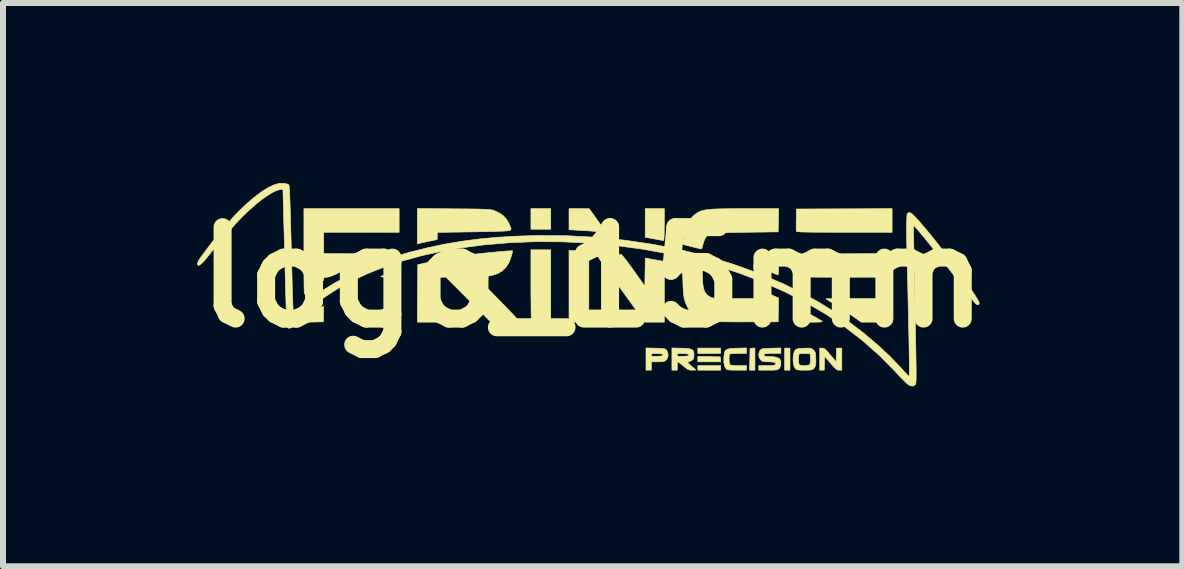
<source format=kicad_pcb>
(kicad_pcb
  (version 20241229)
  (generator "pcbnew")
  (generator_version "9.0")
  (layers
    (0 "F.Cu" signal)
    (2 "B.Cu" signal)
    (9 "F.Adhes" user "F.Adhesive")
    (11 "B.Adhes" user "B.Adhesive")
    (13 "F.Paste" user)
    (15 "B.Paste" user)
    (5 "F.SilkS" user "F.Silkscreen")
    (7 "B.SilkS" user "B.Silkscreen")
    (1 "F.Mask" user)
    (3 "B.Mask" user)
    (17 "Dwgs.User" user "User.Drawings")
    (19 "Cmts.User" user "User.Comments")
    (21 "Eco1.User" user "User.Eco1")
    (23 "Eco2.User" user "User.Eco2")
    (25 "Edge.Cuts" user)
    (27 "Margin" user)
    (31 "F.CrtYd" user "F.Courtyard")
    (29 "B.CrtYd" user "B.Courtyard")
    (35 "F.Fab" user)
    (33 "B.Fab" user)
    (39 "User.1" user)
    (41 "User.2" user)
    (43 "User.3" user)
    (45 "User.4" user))
  (footprint "logo_15mm"
    (layer "F.Cu")
    (at 6.829 1.571)
    (property "Reference" "logo_15mm" (at 0 0 0) (layer "F.SilkS") (effects (font (size 1.524 1.524) (thickness 0.3))))
    (attr through_hole)
    (fp_poly (pts (xy -0.699 -0.8) (xy -1.029 -0.8) (xy -1.029 -1.143) (xy -0.699 -1.143) (xy -0.699 -0.8)) (stroke (width 0.01) (type solid)) (fill yes) (layer "F.SilkS"))
    (fp_poly (pts (xy 2.134 1.27) (xy 1.753 1.27) (xy 1.753 1.181) (xy 2.134 1.181) (xy 2.134 1.27)) (stroke (width 0.01) (type solid)) (fill yes) (layer "F.SilkS"))
    (fp_poly (pts (xy 2.134 1.549) (xy 1.753 1.549) (xy 1.753 1.473) (xy 2.134 1.473) (xy 2.134 1.549)) (stroke (width 0.01) (type solid)) (fill yes) (layer "F.SilkS"))
    (fp_poly (pts (xy 2.705 1.549) (xy 2.616 1.549) (xy 2.623 1.187) (xy 2.705 1.179) (xy 2.705 1.549)) (stroke (width 0.01) (type solid)) (fill yes) (layer "F.SilkS"))
    (fp_poly (pts (xy 3.289 1.549) (xy 3.2 1.549) (xy 3.2 1.181) (xy 3.289 1.181) (xy 3.289 1.549)) (stroke (width 0.01) (type solid)) (fill yes) (layer "F.SilkS"))
    (fp_poly (pts (xy 2.127 1.327) (xy 2.131 1.368) (xy 2.135 1.41) (xy 1.753 1.41) (xy 1.753 1.32) (xy 2.127 1.327)) (stroke (width 0.01) (type solid)) (fill yes) (layer "F.SilkS"))
    (fp_poly (pts (xy -0.278 -0.443) (xy -0.217 -0.44) (xy -0.161 -0.436) (xy -0.064 -0.428) (xy -0.064 0.749) (xy -0.394 0.749) (xy -0.394 -0.445) (xy -0.326 -0.445) (xy -0.278 -0.443)) (stroke (width 0.01) (type solid)) (fill yes) (layer "F.SilkS"))
    (fp_poly (pts (xy 3.099 -0.152) (xy 3.098 -0.102) (xy 3.095 -0.063) (xy 3.091 -0.042) (xy 3.089 -0.039) (xy 3.075 -0.044) (xy 3.041 -0.057) (xy 2.994 -0.076) (xy 2.937 -0.099) (xy 2.924 -0.104) (xy 2.769 -0.169) (xy 2.769 -0.267) (xy 3.099 -0.267) (xy 3.099 -0.152)) (stroke (width 0.01) (type solid)) (fill yes) (layer "F.SilkS"))
    (fp_poly (pts (xy 1.194 -0.876) (xy 1.193 -0.783) (xy 1.192 -0.713) (xy 1.19 -0.663) (xy 1.187 -0.631) (xy 1.183 -0.615) (xy 1.178 -0.611) (xy 1.16 -0.614) (xy 1.122 -0.621) (xy 1.071 -0.63) (xy 1.019 -0.64) (xy 0.876 -0.666) (xy 0.876 -1.143) (xy 1.194 -1.143) (xy 1.194 -0.876)) (stroke (width 0.01) (type solid)) (fill yes) (layer "F.SilkS"))
    (fp_poly (pts (xy -3.23 -0.103) (xy -3.226 -0.074) (xy -3.226 -0.057) (xy -3.226 0) (xy -3.388 -0.000387) (xy -3.453 -0.001) (xy -3.501 -0.004) (xy -3.527 -0.007) (xy -3.531 -0.012) (xy -3.511 -0.021) (xy -3.474 -0.035) (xy -3.427 -0.052) (xy -3.374 -0.071) (xy -3.323 -0.088) (xy -3.279 -0.103) (xy -3.248 -0.112) (xy -3.237 -0.114) (xy -3.23 -0.103)) (stroke (width 0.01) (type solid)) (fill yes) (layer "F.SilkS"))
    (fp_poly (pts (xy -0.699 0.749) (xy -0.855 0.749) (xy -0.916 0.749) (xy -0.967 0.747) (xy -1.003 0.744) (xy -1.02 0.741) (xy -1.02 0.741) (xy -1.022 0.727) (xy -1.024 0.69) (xy -1.025 0.633) (xy -1.026 0.558) (xy -1.027 0.467) (xy -1.028 0.364) (xy -1.029 0.251) (xy -1.029 0.138) (xy -1.029 -0.457) (xy -0.699 -0.457) (xy -0.699 0.749)) (stroke (width 0.01) (type solid)) (fill yes) (layer "F.SilkS"))
    (fp_poly (pts (xy -4.487 0.494) (xy -4.485 0.526) (xy -4.485 0.573) (xy -4.486 0.613) (xy -4.489 0.743) (xy -4.645 0.747) (xy -4.713 0.747) (xy -4.764 0.745) (xy -4.793 0.742) (xy -4.801 0.738) (xy -4.791 0.725) (xy -4.766 0.7) (xy -4.728 0.666) (xy -4.684 0.628) (xy -4.635 0.588) (xy -4.588 0.55) (xy -4.545 0.518) (xy -4.512 0.494) (xy -4.492 0.483) (xy -4.49 0.483) (xy -4.487 0.494)) (stroke (width 0.01) (type solid)) (fill yes) (layer "F.SilkS"))
    (fp_poly (pts (xy -0.057 -1.142) (xy 0.07 -0.963) (xy 0.121 -0.892) (xy 0.159 -0.838) (xy 0.185 -0.8) (xy 0.201 -0.774) (xy 0.208 -0.759) (xy 0.206 -0.752) (xy 0.199 -0.749) (xy 0.186 -0.749) (xy 0.181 -0.749) (xy 0.152 -0.751) (xy 0.138 -0.755) (xy 0.125 -0.757) (xy 0.089 -0.761) (xy 0.036 -0.765) (xy -0.03 -0.77) (xy -0.107 -0.775) (xy -0.13 -0.776) (xy -0.394 -0.792) (xy -0.394 -1.143) (xy -0.057 -1.142)) (stroke (width 0.01) (type solid)) (fill yes) (layer "F.SilkS"))
    (fp_poly (pts (xy 4.991 -0.749) (xy 4.197 -0.749) (xy 4.03 -0.749) (xy 3.887 -0.75) (xy 3.765 -0.75) (xy 3.665 -0.751) (xy 3.583 -0.752) (xy 3.518 -0.754) (xy 3.469 -0.755) (xy 3.434 -0.758) (xy 3.411 -0.76) (xy 3.399 -0.763) (xy 3.396 -0.766) (xy 3.394 -0.784) (xy 3.393 -0.822) (xy 3.393 -0.876) (xy 3.393 -0.94) (xy 3.394 -0.959) (xy 3.397 -1.137) (xy 4.194 -1.14) (xy 4.991 -1.143) (xy 4.991 -0.749)) (stroke (width 0.01) (type solid)) (fill yes) (layer "F.SilkS"))
    (fp_poly (pts (xy 4.991 0) (xy 4.197 0) (xy 4.03 -0.000091) (xy 3.887 -0.000383) (xy 3.765 -0.001) (xy 3.665 -0.002) (xy 3.583 -0.003) (xy 3.518 -0.004) (xy 3.469 -0.006) (xy 3.434 -0.008) (xy 3.411 -0.011) (xy 3.399 -0.014) (xy 3.396 -0.016) (xy 3.394 -0.035) (xy 3.393 -0.073) (xy 3.393 -0.127) (xy 3.393 -0.19) (xy 3.394 -0.21) (xy 3.397 -0.387) (xy 4.194 -0.391) (xy 4.991 -0.394) (xy 4.991 0)) (stroke (width 0.01) (type solid)) (fill yes) (layer "F.SilkS"))
    (fp_poly (pts (xy 4.991 0.749) (xy 4.477 0.749) (xy 4.35 0.659) (xy 4.289 0.618) (xy 4.216 0.569) (xy 4.139 0.518) (xy 4.066 0.472) (xy 4.058 0.467) (xy 4 0.431) (xy 3.951 0.4) (xy 3.913 0.377) (xy 3.891 0.363) (xy 3.887 0.36) (xy 3.898 0.359) (xy 3.932 0.358) (xy 3.987 0.358) (xy 4.059 0.357) (xy 4.146 0.356) (xy 4.246 0.356) (xy 4.356 0.356) (xy 4.437 0.356) (xy 4.991 0.356) (xy 4.991 0.749)) (stroke (width 0.01) (type solid)) (fill yes) (layer "F.SilkS"))
    (fp_poly (pts (xy 4.153 1.549) (xy 4.109 1.549) (xy 4.089 1.548) (xy 4.07 1.54) (xy 4.048 1.524) (xy 4.02 1.495) (xy 3.981 1.451) (xy 3.966 1.434) (xy 3.867 1.319) (xy 3.863 1.434) (xy 3.86 1.549) (xy 3.785 1.549) (xy 3.785 1.181) (xy 3.826 1.182) (xy 3.846 1.184) (xy 3.865 1.193) (xy 3.888 1.212) (xy 3.918 1.245) (xy 3.96 1.294) (xy 3.962 1.296) (xy 4.058 1.41) (xy 4.061 1.296) (xy 4.065 1.181) (xy 4.153 1.181) (xy 4.153 1.549)) (stroke (width 0.01) (type solid)) (fill yes) (layer "F.SilkS"))
    (fp_poly (pts (xy 3.413 0.501) (xy 3.445 0.518) (xy 3.489 0.542) (xy 3.543 0.571) (xy 3.602 0.604) (xy 3.661 0.638) (xy 3.717 0.669) (xy 3.764 0.697) (xy 3.799 0.718) (xy 3.816 0.729) (xy 3.824 0.736) (xy 3.822 0.741) (xy 3.809 0.745) (xy 3.78 0.747) (xy 3.734 0.748) (xy 3.667 0.749) (xy 3.625 0.749) (xy 3.553 0.749) (xy 3.49 0.747) (xy 3.441 0.745) (xy 3.409 0.743) (xy 3.399 0.741) (xy 3.395 0.725) (xy 3.393 0.692) (xy 3.391 0.649) (xy 3.391 0.601) (xy 3.392 0.555) (xy 3.394 0.518) (xy 3.398 0.498) (xy 3.399 0.495) (xy 3.413 0.501)) (stroke (width 0.01) (type solid)) (fill yes) (layer "F.SilkS"))
    (fp_poly (pts (xy 2.565 1.27) (xy 2.427 1.27) (xy 2.364 1.271) (xy 2.322 1.273) (xy 2.297 1.277) (xy 2.285 1.284) (xy 2.281 1.29) (xy 2.275 1.32) (xy 2.273 1.362) (xy 2.275 1.405) (xy 2.281 1.44) (xy 2.289 1.458) (xy 2.31 1.466) (xy 2.356 1.471) (xy 2.423 1.473) (xy 2.435 1.473) (xy 2.565 1.473) (xy 2.565 1.549) (xy 2.407 1.549) (xy 2.339 1.549) (xy 2.292 1.547) (xy 2.261 1.544) (xy 2.241 1.538) (xy 2.227 1.528) (xy 2.223 1.525) (xy 2.199 1.484) (xy 2.187 1.423) (xy 2.187 1.34) (xy 2.188 1.324) (xy 2.193 1.274) (xy 2.203 1.238) (xy 2.221 1.213) (xy 2.251 1.198) (xy 2.296 1.189) (xy 2.361 1.185) (xy 2.407 1.183) (xy 2.565 1.179) (xy 2.565 1.27)) (stroke (width 0.01) (type solid)) (fill yes) (layer "F.SilkS"))
    (fp_poly (pts (xy -2.315 -1.14) (xy -2.173 -1.139) (xy -2.055 -1.138) (xy -1.958 -1.137) (xy -1.879 -1.135) (xy -1.816 -1.133) (xy -1.766 -1.131) (xy -1.728 -1.129) (xy -1.699 -1.125) (xy -1.677 -1.121) (xy -1.658 -1.117) (xy -1.645 -1.112) (xy -1.553 -1.07) (xy -1.482 -1.018) (xy -1.427 -0.952) (xy -1.392 -0.889) (xy -1.369 -0.838) (xy -1.36 -0.805) (xy -1.368 -0.786) (xy -1.394 -0.776) (xy -1.442 -0.771) (xy -1.464 -0.77) (xy -1.5 -0.768) (xy -1.558 -0.766) (xy -1.634 -0.764) (xy -1.726 -0.762) (xy -1.829 -0.759) (xy -1.94 -0.757) (xy -2.056 -0.755) (xy -2.08 -0.755) (xy -2.591 -0.747) (xy -2.591 -0.628) (xy -2.727 -0.6) (xy -2.786 -0.587) (xy -2.838 -0.576) (xy -2.876 -0.567) (xy -2.892 -0.563) (xy -2.921 -0.556) (xy -2.921 -1.145) (xy -2.315 -1.14)) (stroke (width 0.01) (type solid)) (fill yes) (layer "F.SilkS"))
    (fp_poly (pts (xy 0.093 -0.418) (xy 0.138 -0.414) (xy 0.196 -0.408) (xy 0.26 -0.402) (xy 0.326 -0.395) (xy 0.386 -0.388) (xy 0.436 -0.381) (xy 0.471 -0.376) (xy 0.483 -0.374) (xy 0.495 -0.362) (xy 0.52 -0.332) (xy 0.555 -0.288) (xy 0.597 -0.231) (xy 0.646 -0.165) (xy 0.686 -0.109) (xy 0.87 0.149) (xy 0.873 -0.086) (xy 0.877 -0.321) (xy 0.912 -0.314) (xy 0.939 -0.308) (xy 0.984 -0.3) (xy 1.039 -0.29) (xy 1.07 -0.285) (xy 1.194 -0.263) (xy 1.194 0.749) (xy 0.87 0.749) (xy 0.448 0.165) (xy 0.359 0.041) (xy 0.283 -0.065) (xy 0.22 -0.153) (xy 0.169 -0.225) (xy 0.128 -0.282) (xy 0.098 -0.327) (xy 0.076 -0.361) (xy 0.061 -0.386) (xy 0.054 -0.402) (xy 0.052 -0.412) (xy 0.054 -0.417) (xy 0.06 -0.419) (xy 0.065 -0.419) (xy 0.093 -0.418)) (stroke (width 0.01) (type solid)) (fill yes) (layer "F.SilkS"))
    (fp_poly (pts (xy 1.049 1.183) (xy 1.116 1.185) (xy 1.162 1.188) (xy 1.192 1.192) (xy 1.211 1.198) (xy 1.225 1.208) (xy 1.233 1.217) (xy 1.254 1.261) (xy 1.257 1.312) (xy 1.241 1.359) (xy 1.226 1.379) (xy 1.208 1.394) (xy 1.188 1.403) (xy 1.16 1.408) (xy 1.115 1.41) (xy 1.086 1.41) (xy 0.978 1.41) (xy 0.978 1.549) (xy 0.889 1.549) (xy 0.889 1.295) (xy 0.978 1.295) (xy 0.98 1.309) (xy 0.988 1.316) (xy 1.009 1.319) (xy 1.048 1.319) (xy 1.076 1.318) (xy 1.128 1.315) (xy 1.159 1.31) (xy 1.173 1.302) (xy 1.175 1.295) (xy 1.169 1.285) (xy 1.15 1.279) (xy 1.112 1.274) (xy 1.076 1.273) (xy 1.027 1.271) (xy 0.997 1.272) (xy 0.983 1.278) (xy 0.978 1.288) (xy 0.978 1.295) (xy 0.889 1.295) (xy 0.889 1.179) (xy 1.049 1.183)) (stroke (width 0.01) (type solid)) (fill yes) (layer "F.SilkS"))
    (fp_poly (pts (xy -3.226 -0.749) (xy -4.483 -0.749) (xy -4.483 -0.394) (xy -3.991 -0.391) (xy -3.499 -0.387) (xy -3.6 -0.351) (xy -3.741 -0.298) (xy -3.894 -0.234) (xy -4.052 -0.162) (xy -4.192 -0.095) (xy -4.272 -0.055) (xy -4.334 -0.028) (xy -4.38 -0.01) (xy -4.414 -0.002) (xy -4.432 0) (xy -4.465 0.002) (xy -4.48 0.01) (xy -4.483 0.029) (xy -4.483 0.031) (xy -4.487 0.048) (xy -4.502 0.067) (xy -4.531 0.091) (xy -4.577 0.123) (xy -4.594 0.134) (xy -4.647 0.169) (xy -4.697 0.203) (xy -4.736 0.231) (xy -4.752 0.243) (xy -4.781 0.265) (xy -4.801 0.278) (xy -4.806 0.279) (xy -4.807 0.267) (xy -4.808 0.232) (xy -4.81 0.175) (xy -4.811 0.1) (xy -4.812 0.009) (xy -4.812 -0.096) (xy -4.813 -0.213) (xy -4.813 -0.34) (xy -4.813 -0.432) (xy -4.813 -1.143) (xy -3.226 -1.143) (xy -3.226 -0.749)) (stroke (width 0.01) (type solid)) (fill yes) (layer "F.SilkS"))
    (fp_poly (pts (xy 3.096 -0.949) (xy 3.092 -0.756) (xy 2.534 -0.749) (xy 2.389 -0.747) (xy 2.268 -0.745) (xy 2.169 -0.743) (xy 2.09 -0.741) (xy 2.03 -0.738) (xy 1.988 -0.735) (xy 1.96 -0.731) (xy 1.947 -0.727) (xy 1.901 -0.688) (xy 1.865 -0.63) (xy 1.841 -0.558) (xy 1.839 -0.547) (xy 1.829 -0.507) (xy 1.819 -0.48) (xy 1.811 -0.471) (xy 1.793 -0.475) (xy 1.757 -0.483) (xy 1.709 -0.495) (xy 1.683 -0.501) (xy 1.628 -0.515) (xy 1.578 -0.528) (xy 1.543 -0.536) (xy 1.533 -0.539) (xy 1.514 -0.544) (xy 1.504 -0.555) (xy 1.502 -0.576) (xy 1.506 -0.615) (xy 1.506 -0.619) (xy 1.528 -0.749) (xy 1.562 -0.858) (xy 1.611 -0.947) (xy 1.667 -1.012) (xy 1.699 -1.04) (xy 1.728 -1.063) (xy 1.759 -1.083) (xy 1.793 -1.099) (xy 1.832 -1.112) (xy 1.88 -1.122) (xy 1.938 -1.13) (xy 2.008 -1.135) (xy 2.094 -1.139) (xy 2.197 -1.141) (xy 2.319 -1.142) (xy 2.464 -1.143) (xy 2.537 -1.143) (xy 3.099 -1.143) (xy 3.096 -0.949)) (stroke (width 0.01) (type solid)) (fill yes) (layer "F.SilkS"))
    (fp_poly (pts (xy -1.337 -0.44) (xy -1.338 -0.425) (xy -1.344 -0.394) (xy -1.356 -0.352) (xy -1.37 -0.308) (xy -1.385 -0.268) (xy -1.396 -0.243) (xy -1.443 -0.168) (xy -1.502 -0.11) (xy -1.575 -0.065) (xy -1.665 -0.033) (xy -1.775 -0.013) (xy -1.832 -0.006) (xy -1.931 0.002) (xy -1.575 0.365) (xy -1.497 0.444) (xy -1.425 0.519) (xy -1.361 0.585) (xy -1.307 0.642) (xy -1.264 0.688) (xy -1.234 0.72) (xy -1.22 0.737) (xy -1.219 0.739) (xy -1.231 0.742) (xy -1.265 0.745) (xy -1.316 0.747) (xy -1.381 0.749) (xy -1.455 0.749) (xy -1.457 0.749) (xy -1.696 0.749) (xy -2.07 0.375) (xy -2.445 0) (xy -2.591 0) (xy -2.591 0.749) (xy -2.921 0.749) (xy -2.918 0.27) (xy -2.915 -0.209) (xy -2.737 -0.25) (xy -2.564 -0.287) (xy -2.376 -0.322) (xy -2.181 -0.354) (xy -1.989 -0.381) (xy -1.886 -0.393) (xy -1.797 -0.403) (xy -1.706 -0.412) (xy -1.618 -0.42) (xy -1.536 -0.428) (xy -1.464 -0.434) (xy -1.404 -0.438) (xy -1.362 -0.44) (xy -1.34 -0.44) (xy -1.337 -0.44)) (stroke (width 0.01) (type solid)) (fill yes) (layer "F.SilkS"))
    (fp_poly (pts (xy 3.137 1.27) (xy 2.997 1.27) (xy 2.936 1.27) (xy 2.896 1.272) (xy 2.872 1.275) (xy 2.861 1.281) (xy 2.858 1.291) (xy 2.857 1.295) (xy 2.86 1.309) (xy 2.872 1.317) (xy 2.899 1.32) (xy 2.937 1.321) (xy 3.012 1.325) (xy 3.071 1.337) (xy 3.111 1.356) (xy 3.124 1.371) (xy 3.137 1.415) (xy 3.135 1.464) (xy 3.12 1.506) (xy 3.108 1.522) (xy 3.093 1.534) (xy 3.076 1.541) (xy 3.05 1.546) (xy 3.012 1.549) (xy 2.956 1.549) (xy 2.923 1.549) (xy 2.769 1.549) (xy 2.769 1.473) (xy 2.9 1.473) (xy 2.968 1.472) (xy 3.014 1.468) (xy 3.04 1.461) (xy 3.046 1.456) (xy 3.054 1.436) (xy 3.038 1.421) (xy 2.997 1.413) (xy 2.933 1.41) (xy 2.931 1.41) (xy 2.879 1.409) (xy 2.845 1.405) (xy 2.822 1.397) (xy 2.804 1.382) (xy 2.8 1.379) (xy 2.775 1.338) (xy 2.768 1.288) (xy 2.779 1.239) (xy 2.793 1.217) (xy 2.805 1.205) (xy 2.819 1.196) (xy 2.841 1.191) (xy 2.875 1.187) (xy 2.926 1.185) (xy 2.977 1.183) (xy 3.137 1.179) (xy 3.137 1.27)) (stroke (width 0.01) (type solid)) (fill yes) (layer "F.SilkS"))
    (fp_poly (pts (xy 1.478 1.183) (xy 1.556 1.186) (xy 1.612 1.192) (xy 1.65 1.203) (xy 1.673 1.22) (xy 1.685 1.246) (xy 1.689 1.282) (xy 1.689 1.296) (xy 1.686 1.337) (xy 1.676 1.364) (xy 1.656 1.383) (xy 1.624 1.402) (xy 1.596 1.41) (xy 1.595 1.41) (xy 1.585 1.413) (xy 1.59 1.425) (xy 1.61 1.447) (xy 1.645 1.479) (xy 1.721 1.548) (xy 1.657 1.549) (xy 1.624 1.548) (xy 1.598 1.541) (xy 1.571 1.527) (xy 1.537 1.5) (xy 1.512 1.479) (xy 1.473 1.448) (xy 1.442 1.423) (xy 1.423 1.411) (xy 1.42 1.41) (xy 1.414 1.421) (xy 1.411 1.451) (xy 1.41 1.48) (xy 1.41 1.549) (xy 1.321 1.549) (xy 1.321 1.295) (xy 1.41 1.295) (xy 1.411 1.309) (xy 1.42 1.316) (xy 1.441 1.319) (xy 1.479 1.319) (xy 1.508 1.318) (xy 1.56 1.315) (xy 1.59 1.31) (xy 1.604 1.302) (xy 1.607 1.295) (xy 1.601 1.285) (xy 1.582 1.279) (xy 1.544 1.274) (xy 1.508 1.273) (xy 1.459 1.271) (xy 1.429 1.272) (xy 1.415 1.278) (xy 1.41 1.288) (xy 1.41 1.295) (xy 1.321 1.295) (xy 1.321 1.179) (xy 1.478 1.183)) (stroke (width 0.01) (type solid)) (fill yes) (layer "F.SilkS"))
    (fp_poly (pts (xy 1.53 -0.187) (xy 1.567 -0.179) (xy 1.618 -0.166) (xy 1.677 -0.151) (xy 1.826 -0.112) (xy 1.831 0.03) (xy 1.837 0.124) (xy 1.851 0.197) (xy 1.873 0.252) (xy 1.906 0.294) (xy 1.95 0.324) (xy 1.955 0.327) (xy 1.972 0.335) (xy 1.989 0.342) (xy 2.01 0.347) (xy 2.036 0.35) (xy 2.073 0.353) (xy 2.121 0.354) (xy 2.185 0.355) (xy 2.268 0.356) (xy 2.373 0.356) (xy 2.39 0.356) (xy 2.769 0.356) (xy 2.769 0.204) (xy 2.899 0.259) (xy 2.955 0.283) (xy 3.007 0.305) (xy 3.046 0.323) (xy 3.064 0.331) (xy 3.099 0.347) (xy 3.092 0.743) (xy 2.565 0.744) (xy 2.448 0.745) (xy 2.336 0.744) (xy 2.231 0.743) (xy 2.137 0.742) (xy 2.058 0.741) (xy 1.997 0.739) (xy 1.956 0.737) (xy 1.948 0.736) (xy 1.836 0.714) (xy 1.74 0.671) (xy 1.66 0.609) (xy 1.595 0.526) (xy 1.547 0.425) (xy 1.525 0.349) (xy 1.52 0.316) (xy 1.514 0.263) (xy 1.509 0.195) (xy 1.505 0.118) (xy 1.503 0.048) (xy 1.5 -0.038) (xy 1.499 -0.102) (xy 1.5 -0.146) (xy 1.503 -0.173) (xy 1.507 -0.187) (xy 1.512 -0.191) (xy 1.53 -0.187)) (stroke (width 0.01) (type solid)) (fill yes) (layer "F.SilkS"))
    (fp_poly (pts (xy 3.616 1.183) (xy 3.641 1.187) (xy 3.66 1.197) (xy 3.677 1.21) (xy 3.696 1.229) (xy 3.708 1.249) (xy 3.715 1.279) (xy 3.718 1.324) (xy 3.719 1.338) (xy 3.721 1.407) (xy 3.717 1.456) (xy 3.706 1.492) (xy 3.688 1.519) (xy 3.683 1.524) (xy 3.668 1.536) (xy 3.647 1.543) (xy 3.616 1.548) (xy 3.568 1.549) (xy 3.531 1.549) (xy 3.47 1.549) (xy 3.43 1.546) (xy 3.404 1.541) (xy 3.387 1.531) (xy 3.379 1.525) (xy 3.359 1.49) (xy 3.346 1.439) (xy 3.341 1.379) (xy 3.342 1.349) (xy 3.43 1.349) (xy 3.43 1.392) (xy 3.435 1.431) (xy 3.442 1.456) (xy 3.444 1.458) (xy 3.467 1.468) (xy 3.505 1.473) (xy 3.549 1.473) (xy 3.588 1.468) (xy 3.615 1.458) (xy 3.619 1.455) (xy 3.627 1.431) (xy 3.63 1.389) (xy 3.63 1.357) (xy 3.626 1.276) (xy 3.538 1.273) (xy 3.484 1.272) (xy 3.452 1.277) (xy 3.44 1.285) (xy 3.433 1.31) (xy 3.43 1.349) (xy 3.342 1.349) (xy 3.343 1.317) (xy 3.353 1.263) (xy 3.371 1.222) (xy 3.378 1.214) (xy 3.395 1.201) (xy 3.418 1.192) (xy 3.453 1.187) (xy 3.506 1.184) (xy 3.523 1.183) (xy 3.579 1.182) (xy 3.616 1.183)) (stroke (width 0.01) (type solid)) (fill yes) (layer "F.SilkS"))
    (fp_poly (pts (xy -5.132 -1.563) (xy -5.088 -1.552) (xy -5.064 -1.539) (xy -5.062 -1.532) (xy -5.059 -1.516) (xy -5.056 -1.49) (xy -5.054 -1.452) (xy -5.051 -1.401) (xy -5.048 -1.336) (xy -5.045 -1.256) (xy -5.042 -1.159) (xy -5.038 -1.043) (xy -5.035 -0.909) (xy -5.031 -0.753) (xy -5.026 -0.576) (xy -5.021 -0.375) (xy -5.017 -0.229) (xy -5.014 -0.106) (xy -5.011 0.015) (xy -5.008 0.131) (xy -5.005 0.239) (xy -5.002 0.333) (xy -4.999 0.411) (xy -4.997 0.468) (xy -4.996 0.481) (xy -4.988 0.651) (xy -4.9 0.555) (xy -4.778 0.434) (xy -4.632 0.314) (xy -4.465 0.197) (xy -4.279 0.084) (xy -4.077 -0.025) (xy -3.86 -0.128) (xy -3.632 -0.223) (xy -3.394 -0.311) (xy -3.149 -0.388) (xy -3.048 -0.417) (xy -2.762 -0.489) (xy -2.476 -0.55) (xy -2.186 -0.599) (xy -1.889 -0.638) (xy -1.58 -0.666) (xy -1.256 -0.685) (xy -0.938 -0.695) (xy -0.44 -0.692) (xy 0.053 -0.666) (xy 0.539 -0.617) (xy 1.018 -0.546) (xy 1.487 -0.453) (xy 1.946 -0.337) (xy 2.292 -0.233) (xy 2.382 -0.203) (xy 2.484 -0.167) (xy 2.593 -0.127) (xy 2.702 -0.087) (xy 2.806 -0.047) (xy 2.9 -0.009) (xy 2.977 0.023) (xy 3 0.033) (xy 3.052 0.056) (xy 3.094 0.074) (xy 3.122 0.086) (xy 3.131 0.089) (xy 3.146 0.095) (xy 3.18 0.11) (xy 3.23 0.135) (xy 3.292 0.165) (xy 3.362 0.201) (xy 3.437 0.239) (xy 3.513 0.279) (xy 3.588 0.318) (xy 3.657 0.355) (xy 3.717 0.387) (xy 3.765 0.414) (xy 3.773 0.419) (xy 4.025 0.574) (xy 4.273 0.745) (xy 4.513 0.928) (xy 4.741 1.12) (xy 4.953 1.317) (xy 5.144 1.516) (xy 5.185 1.562) (xy 5.22 1.601) (xy 5.25 1.631) (xy 5.27 1.647) (xy 5.276 1.649) (xy 5.278 1.635) (xy 5.278 1.597) (xy 5.279 1.536) (xy 5.278 1.454) (xy 5.277 1.352) (xy 5.275 1.232) (xy 5.273 1.094) (xy 5.27 0.941) (xy 5.266 0.774) (xy 5.262 0.594) (xy 5.258 0.402) (xy 5.253 0.2) (xy 5.248 -0.01) (xy 5.245 -0.133) (xy 5.24 -0.323) (xy 5.237 -0.488) (xy 5.234 -0.63) (xy 5.233 -0.749) (xy 5.233 -0.848) (xy 5.234 -0.927) (xy 5.236 -0.987) (xy 5.239 -1.029) (xy 5.243 -1.055) (xy 5.248 -1.064) (xy 5.262 -1.075) (xy 5.277 -1.079) (xy 5.296 -1.073) (xy 5.32 -1.058) (xy 5.352 -1.03) (xy 5.391 -0.989) (xy 5.442 -0.933) (xy 5.504 -0.86) (xy 5.581 -0.769) (xy 5.582 -0.768) (xy 5.651 -0.685) (xy 5.725 -0.591) (xy 5.804 -0.49) (xy 5.886 -0.383) (xy 5.968 -0.274) (xy 6.049 -0.164) (xy 6.127 -0.057) (xy 6.2 0.046) (xy 6.267 0.142) (xy 6.325 0.228) (xy 6.374 0.302) (xy 6.41 0.361) (xy 6.433 0.403) (xy 6.436 0.409) (xy 6.444 0.436) (xy 6.438 0.45) (xy 6.43 0.455) (xy 6.421 0.459) (xy 6.411 0.458) (xy 6.398 0.451) (xy 6.381 0.436) (xy 6.358 0.411) (xy 6.328 0.375) (xy 6.289 0.326) (xy 6.24 0.262) (xy 6.179 0.181) (xy 6.105 0.081) (xy 6.096 0.07) (xy 6.021 -0.031) (xy 5.941 -0.136) (xy 5.857 -0.244) (xy 5.773 -0.352) (xy 5.691 -0.456) (xy 5.613 -0.554) (xy 5.542 -0.642) (xy 5.479 -0.718) (xy 5.428 -0.779) (xy 5.398 -0.813) (xy 5.346 -0.87) (xy 5.353 -0.502) (xy 5.355 -0.426) (xy 5.356 -0.329) (xy 5.359 -0.212) (xy 5.361 -0.079) (xy 5.364 0.067) (xy 5.367 0.222) (xy 5.371 0.385) (xy 5.374 0.551) (xy 5.377 0.717) (xy 5.379 0.818) (xy 5.383 0.996) (xy 5.386 1.151) (xy 5.388 1.284) (xy 5.39 1.397) (xy 5.392 1.491) (xy 5.392 1.568) (xy 5.392 1.631) (xy 5.392 1.68) (xy 5.391 1.717) (xy 5.389 1.745) (xy 5.387 1.765) (xy 5.384 1.778) (xy 5.381 1.787) (xy 5.377 1.792) (xy 5.377 1.792) (xy 5.344 1.813) (xy 5.302 1.811) (xy 5.264 1.792) (xy 5.244 1.776) (xy 5.21 1.744) (xy 5.165 1.7) (xy 5.113 1.646) (xy 5.056 1.586) (xy 5.037 1.565) (xy 4.78 1.305) (xy 4.504 1.06) (xy 4.208 0.832) (xy 3.893 0.62) (xy 3.559 0.424) (xy 3.205 0.244) (xy 2.831 0.079) (xy 2.437 -0.07) (xy 2.132 -0.17) (xy 1.714 -0.287) (xy 1.284 -0.386) (xy 0.845 -0.466) (xy 0.399 -0.527) (xy -0.05 -0.568) (xy -0.499 -0.59) (xy -0.947 -0.593) (xy -1.389 -0.575) (xy -1.824 -0.538) (xy -2.248 -0.481) (xy -2.515 -0.433) (xy -2.846 -0.36) (xy -3.161 -0.274) (xy -3.461 -0.175) (xy -3.743 -0.064) (xy -4.007 0.058) (xy -4.25 0.191) (xy -4.473 0.335) (xy -4.616 0.442) (xy -4.673 0.491) (xy -4.739 0.551) (xy -4.806 0.618) (xy -4.867 0.682) (xy -4.878 0.694) (xy -4.938 0.76) (xy -4.985 0.807) (xy -5.022 0.836) (xy -5.05 0.85) (xy -5.072 0.849) (xy -5.09 0.836) (xy -5.09 0.836) (xy -5.093 0.819) (xy -5.097 0.777) (xy -5.101 0.71) (xy -5.105 0.618) (xy -5.11 0.502) (xy -5.114 0.362) (xy -5.119 0.197) (xy -5.124 0.009) (xy -5.124 0.006) (xy -5.128 -0.147) (xy -5.132 -0.302) (xy -5.136 -0.455) (xy -5.14 -0.603) (xy -5.143 -0.742) (xy -5.147 -0.87) (xy -5.15 -0.981) (xy -5.152 -1.074) (xy -5.154 -1.137) (xy -5.163 -1.467) (xy -5.201 -1.463) (xy -5.262 -1.448) (xy -5.336 -1.414) (xy -5.421 -1.362) (xy -5.516 -1.295) (xy -5.617 -1.214) (xy -5.722 -1.121) (xy -5.831 -1.017) (xy -5.94 -0.903) (xy -5.946 -0.897) (xy -5.998 -0.839) (xy -6.06 -0.77) (xy -6.126 -0.693) (xy -6.195 -0.613) (xy -6.261 -0.535) (xy -6.323 -0.461) (xy -6.376 -0.396) (xy -6.417 -0.344) (xy -6.428 -0.33) (xy -6.473 -0.275) (xy -6.513 -0.233) (xy -6.546 -0.206) (xy -6.569 -0.198) (xy -6.572 -0.198) (xy -6.589 -0.216) (xy -6.587 -0.24) (xy -6.582 -0.247) (xy -6.572 -0.265) (xy -6.572 -0.267) (xy -6.571 -0.273) (xy -6.565 -0.284) (xy -6.553 -0.302) (xy -6.533 -0.331) (xy -6.503 -0.371) (xy -6.463 -0.426) (xy -6.409 -0.498) (xy -6.387 -0.528) (xy -6.261 -0.691) (xy -6.134 -0.844) (xy -6.006 -0.987) (xy -5.88 -1.117) (xy -5.758 -1.233) (xy -5.639 -1.334) (xy -5.527 -1.419) (xy -5.423 -1.486) (xy -5.328 -1.533) (xy -5.244 -1.56) (xy -5.238 -1.561) (xy -5.184 -1.566) (xy -5.132 -1.563)) (stroke (width 0.01) (type solid)) (fill yes) (layer "F.SilkS")))
  (gr_rect
    (start -3 -3)
    (end 16.658 6.389)
    (stroke (width 0.1) (type default))
    (fill no)
    (layer "Edge.Cuts")))
</source>
